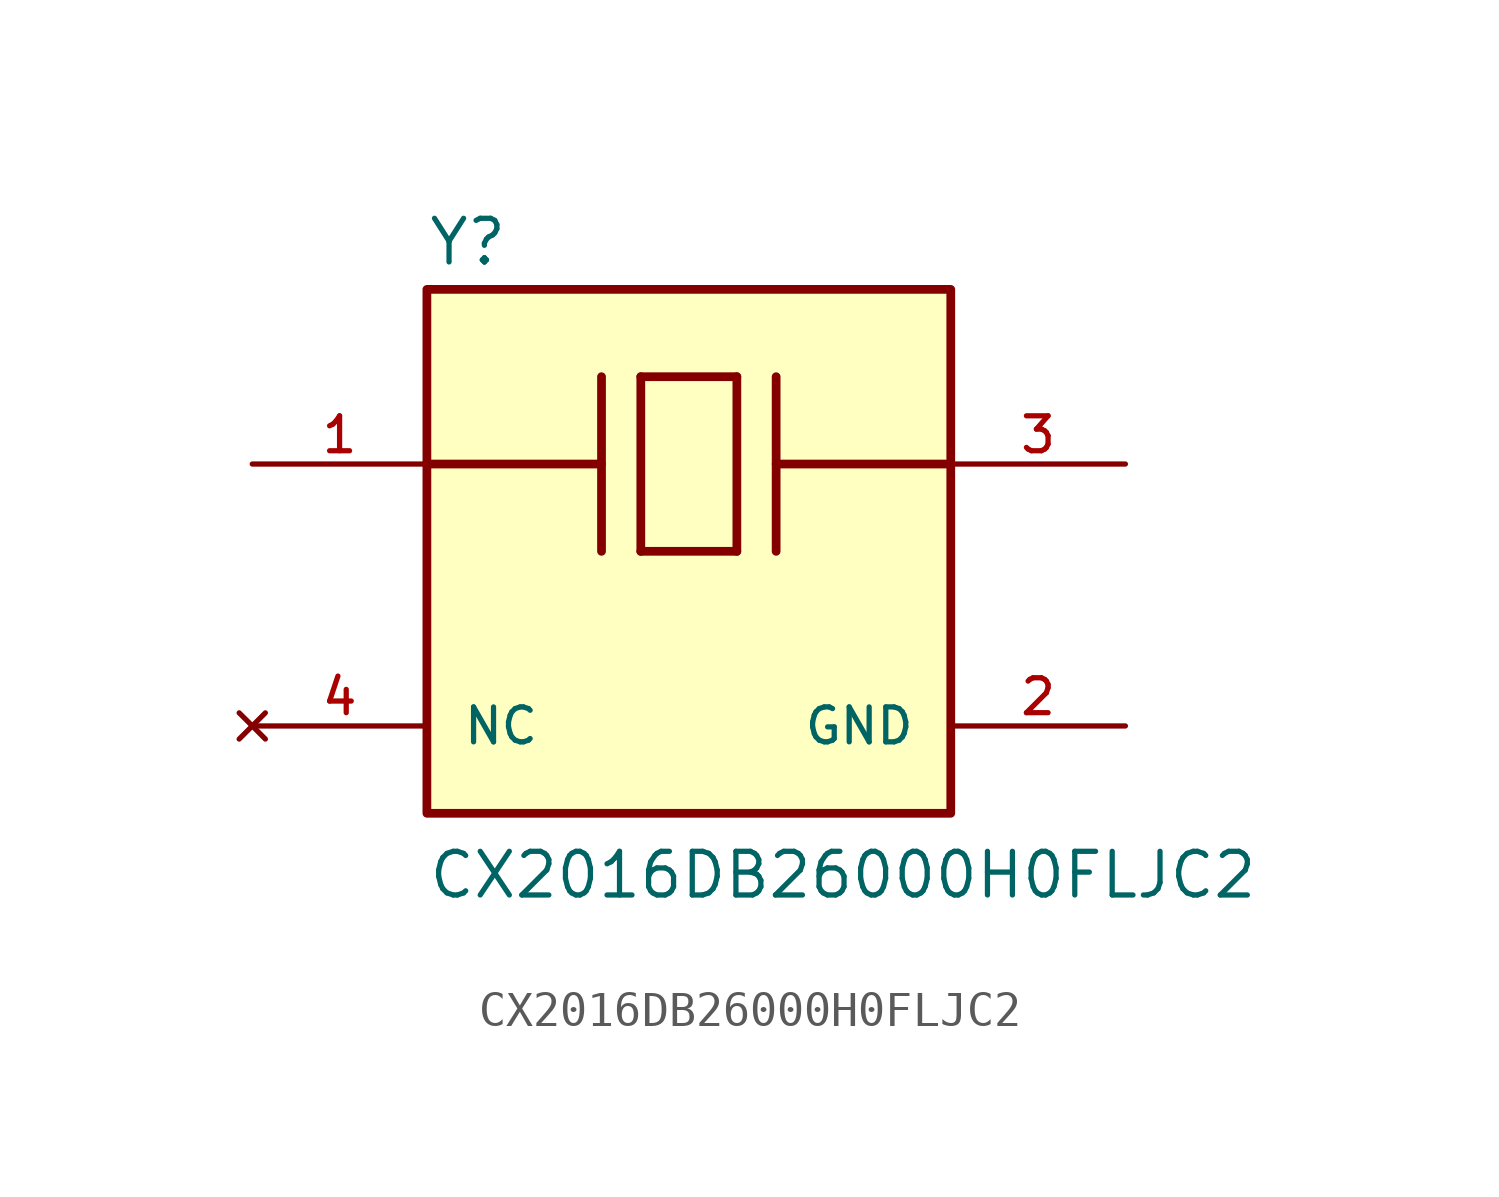
<source format=kicad_sym>
(kicad_symbol_lib
  (version 20211014)
  (generator kicad_symbol_editor)
  (symbol "CX2016DB26000H0FLJC2"
    (pin_names
      (offset 1.016))
    (property "Reference" "Y"
      (at -7.62 8.255 0)
      (effects (font (size 1.27 1.27)) (justify bottom left)))
    (property "Value" "CX2016DB26000H0FLJC2"
      (at -7.62 -10.16 0)
      (effects (font (size 1.27 1.27)) (justify bottom left)))
    (symbol "CX2016DB26000H0FLJC2_0_0"
      (polyline (pts (xy -1.397 5.08) (xy 1.397 5.08)) (stroke (width 0.254)))
      (polyline (pts (xy 1.397 5.08) (xy 1.397 0.0)) (stroke (width 0.254)))
      (polyline (pts (xy 1.397 0.0) (xy -1.397 0.0)) (stroke (width 0.254)))
      (polyline (pts (xy -1.397 5.08) (xy -1.397 0.0)) (stroke (width 0.254)))
      (polyline (pts (xy 2.54 5.08) (xy 2.54 0.0)) (stroke (width 0.254)))
      (polyline (pts (xy -2.54 5.08) (xy -2.54 0.0)) (stroke (width 0.254)))
      (polyline (pts (xy -7.62 2.54) (xy -2.54 2.54)) (stroke (width 0.254)))
      (polyline (pts (xy 2.54 2.54) (xy 7.62 2.54)) (stroke (width 0.254)))
      (rectangle (start -7.62 -7.62) (end 7.62 7.62) (stroke (width 0.254)) (fill (type background)))
      (pin passive line (at -12.7 2.54 0) (length 5.08) (name "~" (effects (font (size 1.016 1.016)))) (number "1" (effects (font (size 1.016 1.016)))))
      (pin passive line (at 12.7 2.54 180.0) (length 5.08) (name "~" (effects (font (size 1.016 1.016)))) (number "3" (effects (font (size 1.016 1.016)))))
      (pin power_in line (at 12.7 -5.08 180.0) (length 5.08) (name "GND" (effects (font (size 1.016 1.016)))) (number "2" (effects (font (size 1.016 1.016)))))
      (pin no_connect line (at -12.7 -5.08 0) (length 5.08) (name "NC" (effects (font (size 1.016 1.016)))) (number "4" (effects (font (size 1.016 1.016))))))))
</source>
